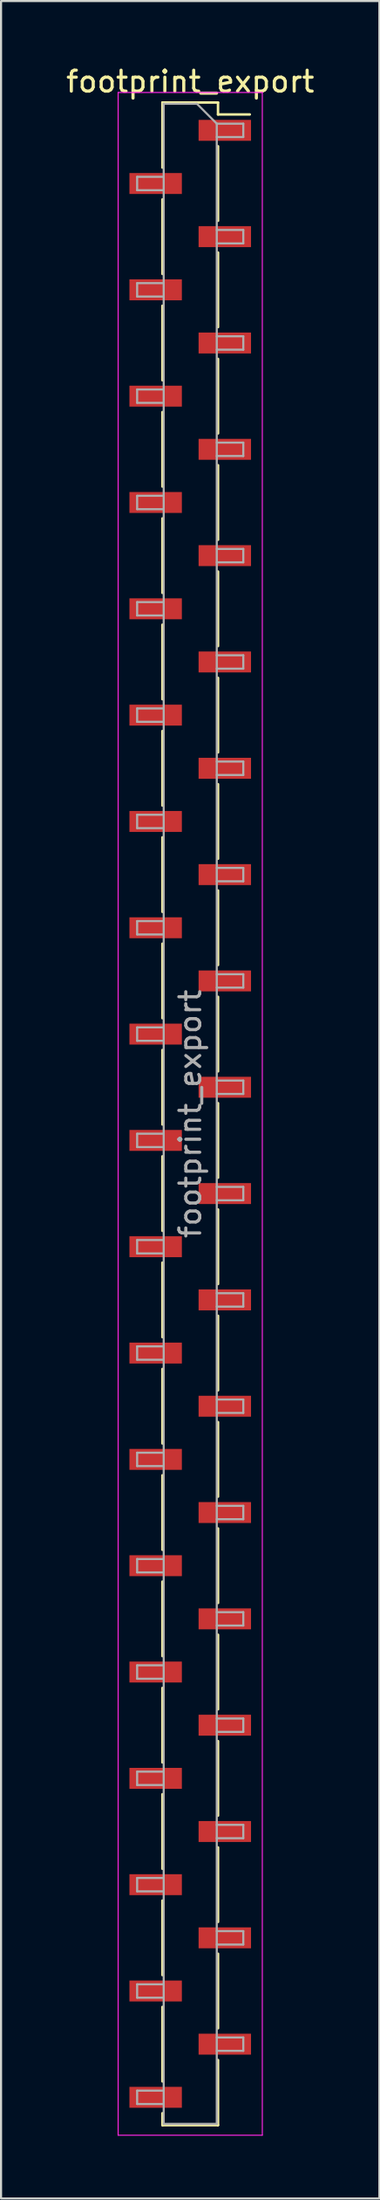
<source format=kicad_pcb>
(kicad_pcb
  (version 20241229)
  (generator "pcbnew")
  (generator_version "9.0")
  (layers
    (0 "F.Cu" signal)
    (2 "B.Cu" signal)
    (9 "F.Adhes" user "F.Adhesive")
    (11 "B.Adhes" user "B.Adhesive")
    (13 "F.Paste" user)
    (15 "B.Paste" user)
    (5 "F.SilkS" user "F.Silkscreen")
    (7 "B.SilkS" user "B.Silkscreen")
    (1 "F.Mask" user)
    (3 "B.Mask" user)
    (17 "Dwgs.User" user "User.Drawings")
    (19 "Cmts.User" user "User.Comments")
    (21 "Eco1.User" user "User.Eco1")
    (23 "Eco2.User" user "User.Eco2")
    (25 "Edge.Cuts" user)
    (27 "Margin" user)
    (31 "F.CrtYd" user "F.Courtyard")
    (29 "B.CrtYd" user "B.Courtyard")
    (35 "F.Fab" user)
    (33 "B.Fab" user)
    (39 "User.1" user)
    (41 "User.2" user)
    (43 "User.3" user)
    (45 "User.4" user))
  (footprint "footprint_export"
    (layer "F.Cu")
    (at 6.054 50.168)
    (property "Reference" "footprint_export" (at 0 -49.32 0) (layer "F.SilkS") (effects (font (size 1 1) (thickness 0.15))))
    (attr smd)
    (fp_line (start -1.33 -48.32) (end -1.33 -45.21) (stroke (width 0.12) (type solid)) (layer "F.SilkS"))
    (fp_line (start -1.33 -48.32) (end 1.33 -48.32) (stroke (width 0.12) (type solid)) (layer "F.SilkS"))
    (fp_line (start -1.33 -43.69) (end -1.33 -40.13) (stroke (width 0.12) (type solid)) (layer "F.SilkS"))
    (fp_line (start -1.33 -38.61) (end -1.33 -35.05) (stroke (width 0.12) (type solid)) (layer "F.SilkS"))
    (fp_line (start -1.33 -33.53) (end -1.33 -29.97) (stroke (width 0.12) (type solid)) (layer "F.SilkS"))
    (fp_line (start -1.33 -28.45) (end -1.33 -24.89) (stroke (width 0.12) (type solid)) (layer "F.SilkS"))
    (fp_line (start -1.33 -23.37) (end -1.33 -19.81) (stroke (width 0.12) (type solid)) (layer "F.SilkS"))
    (fp_line (start -1.33 -18.29) (end -1.33 -14.73) (stroke (width 0.12) (type solid)) (layer "F.SilkS"))
    (fp_line (start -1.33 -13.21) (end -1.33 -9.65) (stroke (width 0.12) (type solid)) (layer "F.SilkS"))
    (fp_line (start -1.33 -8.13) (end -1.33 -4.57) (stroke (width 0.12) (type solid)) (layer "F.SilkS"))
    (fp_line (start -1.33 -3.05) (end -1.33 0.51) (stroke (width 0.12) (type solid)) (layer "F.SilkS"))
    (fp_line (start -1.33 2.03) (end -1.33 5.59) (stroke (width 0.12) (type solid)) (layer "F.SilkS"))
    (fp_line (start -1.33 7.11) (end -1.33 10.67) (stroke (width 0.12) (type solid)) (layer "F.SilkS"))
    (fp_line (start -1.33 12.19) (end -1.33 15.75) (stroke (width 0.12) (type solid)) (layer "F.SilkS"))
    (fp_line (start -1.33 17.27) (end -1.33 20.83) (stroke (width 0.12) (type solid)) (layer "F.SilkS"))
    (fp_line (start -1.33 22.35) (end -1.33 25.91) (stroke (width 0.12) (type solid)) (layer "F.SilkS"))
    (fp_line (start -1.33 27.43) (end -1.33 30.99) (stroke (width 0.12) (type solid)) (layer "F.SilkS"))
    (fp_line (start -1.33 32.51) (end -1.33 36.07) (stroke (width 0.12) (type solid)) (layer "F.SilkS"))
    (fp_line (start -1.33 37.59) (end -1.33 41.15) (stroke (width 0.12) (type solid)) (layer "F.SilkS"))
    (fp_line (start -1.33 42.67) (end -1.33 46.23) (stroke (width 0.12) (type solid)) (layer "F.SilkS"))
    (fp_line (start -1.33 47.75) (end -1.33 48.32) (stroke (width 0.12) (type solid)) (layer "F.SilkS"))
    (fp_line (start -1.33 48.32) (end 1.33 48.32) (stroke (width 0.12) (type solid)) (layer "F.SilkS"))
    (fp_line (start 1.33 -48.32) (end 1.33 -47.75) (stroke (width 0.12) (type solid)) (layer "F.SilkS"))
    (fp_line (start 1.33 -47.75) (end 2.85 -47.75) (stroke (width 0.12) (type solid)) (layer "F.SilkS"))
    (fp_line (start 1.33 -46.23) (end 1.33 -42.67) (stroke (width 0.12) (type solid)) (layer "F.SilkS"))
    (fp_line (start 1.33 -41.15) (end 1.33 -37.59) (stroke (width 0.12) (type solid)) (layer "F.SilkS"))
    (fp_line (start 1.33 -36.07) (end 1.33 -32.51) (stroke (width 0.12) (type solid)) (layer "F.SilkS"))
    (fp_line (start 1.33 -30.99) (end 1.33 -27.43) (stroke (width 0.12) (type solid)) (layer "F.SilkS"))
    (fp_line (start 1.33 -25.91) (end 1.33 -22.35) (stroke (width 0.12) (type solid)) (layer "F.SilkS"))
    (fp_line (start 1.33 -20.83) (end 1.33 -17.27) (stroke (width 0.12) (type solid)) (layer "F.SilkS"))
    (fp_line (start 1.33 -15.75) (end 1.33 -12.19) (stroke (width 0.12) (type solid)) (layer "F.SilkS"))
    (fp_line (start 1.33 -10.67) (end 1.33 -7.11) (stroke (width 0.12) (type solid)) (layer "F.SilkS"))
    (fp_line (start 1.33 -5.59) (end 1.33 -2.03) (stroke (width 0.12) (type solid)) (layer "F.SilkS"))
    (fp_line (start 1.33 -0.51) (end 1.33 3.05) (stroke (width 0.12) (type solid)) (layer "F.SilkS"))
    (fp_line (start 1.33 4.57) (end 1.33 8.13) (stroke (width 0.12) (type solid)) (layer "F.SilkS"))
    (fp_line (start 1.33 9.65) (end 1.33 13.21) (stroke (width 0.12) (type solid)) (layer "F.SilkS"))
    (fp_line (start 1.33 14.73) (end 1.33 18.29) (stroke (width 0.12) (type solid)) (layer "F.SilkS"))
    (fp_line (start 1.33 19.81) (end 1.33 23.37) (stroke (width 0.12) (type solid)) (layer "F.SilkS"))
    (fp_line (start 1.33 24.89) (end 1.33 28.45) (stroke (width 0.12) (type solid)) (layer "F.SilkS"))
    (fp_line (start 1.33 29.97) (end 1.33 33.53) (stroke (width 0.12) (type solid)) (layer "F.SilkS"))
    (fp_line (start 1.33 35.05) (end 1.33 38.61) (stroke (width 0.12) (type solid)) (layer "F.SilkS"))
    (fp_line (start 1.33 40.13) (end 1.33 43.69) (stroke (width 0.12) (type solid)) (layer "F.SilkS"))
    (fp_line (start 1.33 45.21) (end 1.33 48.32) (stroke (width 0.12) (type solid)) (layer "F.SilkS"))
    (fp_line (start -3.45 -48.8) (end -3.45 48.8) (stroke (width 0.05) (type solid)) (layer "F.CrtYd"))
    (fp_line (start -3.45 48.8) (end 3.45 48.8) (stroke (width 0.05) (type solid)) (layer "F.CrtYd"))
    (fp_line (start 3.45 -48.8) (end -3.45 -48.8) (stroke (width 0.05) (type solid)) (layer "F.CrtYd"))
    (fp_line (start 3.45 48.8) (end 3.45 -48.8) (stroke (width 0.05) (type solid)) (layer "F.CrtYd"))
    (fp_line (start -2.54 -44.77) (end -2.54 -44.13) (stroke (width 0.1) (type solid)) (layer "F.Fab"))
    (fp_line (start -2.54 -44.13) (end -1.27 -44.13) (stroke (width 0.1) (type solid)) (layer "F.Fab"))
    (fp_line (start -2.54 -39.69) (end -2.54 -39.05) (stroke (width 0.1) (type solid)) (layer "F.Fab"))
    (fp_line (start -2.54 -39.05) (end -1.27 -39.05) (stroke (width 0.1) (type solid)) (layer "F.Fab"))
    (fp_line (start -2.54 -34.61) (end -2.54 -33.97) (stroke (width 0.1) (type solid)) (layer "F.Fab"))
    (fp_line (start -2.54 -33.97) (end -1.27 -33.97) (stroke (width 0.1) (type solid)) (layer "F.Fab"))
    (fp_line (start -2.54 -29.53) (end -2.54 -28.89) (stroke (width 0.1) (type solid)) (layer "F.Fab"))
    (fp_line (start -2.54 -28.89) (end -1.27 -28.89) (stroke (width 0.1) (type solid)) (layer "F.Fab"))
    (fp_line (start -2.54 -24.45) (end -2.54 -23.81) (stroke (width 0.1) (type solid)) (layer "F.Fab"))
    (fp_line (start -2.54 -23.81) (end -1.27 -23.81) (stroke (width 0.1) (type solid)) (layer "F.Fab"))
    (fp_line (start -2.54 -19.37) (end -2.54 -18.73) (stroke (width 0.1) (type solid)) (layer "F.Fab"))
    (fp_line (start -2.54 -18.73) (end -1.27 -18.73) (stroke (width 0.1) (type solid)) (layer "F.Fab"))
    (fp_line (start -2.54 -14.29) (end -2.54 -13.65) (stroke (width 0.1) (type solid)) (layer "F.Fab"))
    (fp_line (start -2.54 -13.65) (end -1.27 -13.65) (stroke (width 0.1) (type solid)) (layer "F.Fab"))
    (fp_line (start -2.54 -9.21) (end -2.54 -8.57) (stroke (width 0.1) (type solid)) (layer "F.Fab"))
    (fp_line (start -2.54 -8.57) (end -1.27 -8.57) (stroke (width 0.1) (type solid)) (layer "F.Fab"))
    (fp_line (start -2.54 -4.13) (end -2.54 -3.49) (stroke (width 0.1) (type solid)) (layer "F.Fab"))
    (fp_line (start -2.54 -3.49) (end -1.27 -3.49) (stroke (width 0.1) (type solid)) (layer "F.Fab"))
    (fp_line (start -2.54 0.95) (end -2.54 1.59) (stroke (width 0.1) (type solid)) (layer "F.Fab"))
    (fp_line (start -2.54 1.59) (end -1.27 1.59) (stroke (width 0.1) (type solid)) (layer "F.Fab"))
    (fp_line (start -2.54 6.03) (end -2.54 6.67) (stroke (width 0.1) (type solid)) (layer "F.Fab"))
    (fp_line (start -2.54 6.67) (end -1.27 6.67) (stroke (width 0.1) (type solid)) (layer "F.Fab"))
    (fp_line (start -2.54 11.11) (end -2.54 11.75) (stroke (width 0.1) (type solid)) (layer "F.Fab"))
    (fp_line (start -2.54 11.75) (end -1.27 11.75) (stroke (width 0.1) (type solid)) (layer "F.Fab"))
    (fp_line (start -2.54 16.19) (end -2.54 16.83) (stroke (width 0.1) (type solid)) (layer "F.Fab"))
    (fp_line (start -2.54 16.83) (end -1.27 16.83) (stroke (width 0.1) (type solid)) (layer "F.Fab"))
    (fp_line (start -2.54 21.27) (end -2.54 21.91) (stroke (width 0.1) (type solid)) (layer "F.Fab"))
    (fp_line (start -2.54 21.91) (end -1.27 21.91) (stroke (width 0.1) (type solid)) (layer "F.Fab"))
    (fp_line (start -2.54 26.35) (end -2.54 26.99) (stroke (width 0.1) (type solid)) (layer "F.Fab"))
    (fp_line (start -2.54 26.99) (end -1.27 26.99) (stroke (width 0.1) (type solid)) (layer "F.Fab"))
    (fp_line (start -2.54 31.43) (end -2.54 32.07) (stroke (width 0.1) (type solid)) (layer "F.Fab"))
    (fp_line (start -2.54 32.07) (end -1.27 32.07) (stroke (width 0.1) (type solid)) (layer "F.Fab"))
    (fp_line (start -2.54 36.51) (end -2.54 37.15) (stroke (width 0.1) (type solid)) (layer "F.Fab"))
    (fp_line (start -2.54 37.15) (end -1.27 37.15) (stroke (width 0.1) (type solid)) (layer "F.Fab"))
    (fp_line (start -2.54 41.59) (end -2.54 42.23) (stroke (width 0.1) (type solid)) (layer "F.Fab"))
    (fp_line (start -2.54 42.23) (end -1.27 42.23) (stroke (width 0.1) (type solid)) (layer "F.Fab"))
    (fp_line (start -2.54 46.67) (end -2.54 47.31) (stroke (width 0.1) (type solid)) (layer "F.Fab"))
    (fp_line (start -2.54 47.31) (end -1.27 47.31) (stroke (width 0.1) (type solid)) (layer "F.Fab"))
    (fp_line (start -1.27 -48.26) (end -1.27 48.26) (stroke (width 0.1) (type solid)) (layer "F.Fab"))
    (fp_line (start -1.27 -48.26) (end 0.32 -48.26) (stroke (width 0.1) (type solid)) (layer "F.Fab"))
    (fp_line (start -1.27 -44.77) (end -2.54 -44.77) (stroke (width 0.1) (type solid)) (layer "F.Fab"))
    (fp_line (start -1.27 -39.69) (end -2.54 -39.69) (stroke (width 0.1) (type solid)) (layer "F.Fab"))
    (fp_line (start -1.27 -34.61) (end -2.54 -34.61) (stroke (width 0.1) (type solid)) (layer "F.Fab"))
    (fp_line (start -1.27 -29.53) (end -2.54 -29.53) (stroke (width 0.1) (type solid)) (layer "F.Fab"))
    (fp_line (start -1.27 -24.45) (end -2.54 -24.45) (stroke (width 0.1) (type solid)) (layer "F.Fab"))
    (fp_line (start -1.27 -19.37) (end -2.54 -19.37) (stroke (width 0.1) (type solid)) (layer "F.Fab"))
    (fp_line (start -1.27 -14.29) (end -2.54 -14.29) (stroke (width 0.1) (type solid)) (layer "F.Fab"))
    (fp_line (start -1.27 -9.21) (end -2.54 -9.21) (stroke (width 0.1) (type solid)) (layer "F.Fab"))
    (fp_line (start -1.27 -4.13) (end -2.54 -4.13) (stroke (width 0.1) (type solid)) (layer "F.Fab"))
    (fp_line (start -1.27 0.95) (end -2.54 0.95) (stroke (width 0.1) (type solid)) (layer "F.Fab"))
    (fp_line (start -1.27 6.03) (end -2.54 6.03) (stroke (width 0.1) (type solid)) (layer "F.Fab"))
    (fp_line (start -1.27 11.11) (end -2.54 11.11) (stroke (width 0.1) (type solid)) (layer "F.Fab"))
    (fp_line (start -1.27 16.19) (end -2.54 16.19) (stroke (width 0.1) (type solid)) (layer "F.Fab"))
    (fp_line (start -1.27 21.27) (end -2.54 21.27) (stroke (width 0.1) (type solid)) (layer "F.Fab"))
    (fp_line (start -1.27 26.35) (end -2.54 26.35) (stroke (width 0.1) (type solid)) (layer "F.Fab"))
    (fp_line (start -1.27 31.43) (end -2.54 31.43) (stroke (width 0.1) (type solid)) (layer "F.Fab"))
    (fp_line (start -1.27 36.51) (end -2.54 36.51) (stroke (width 0.1) (type solid)) (layer "F.Fab"))
    (fp_line (start -1.27 41.59) (end -2.54 41.59) (stroke (width 0.1) (type solid)) (layer "F.Fab"))
    (fp_line (start -1.27 46.67) (end -2.54 46.67) (stroke (width 0.1) (type solid)) (layer "F.Fab"))
    (fp_line (start 1.27 -47.31) (end 0.32 -48.26) (stroke (width 0.1) (type solid)) (layer "F.Fab"))
    (fp_line (start 1.27 -47.31) (end 2.54 -47.31) (stroke (width 0.1) (type solid)) (layer "F.Fab"))
    (fp_line (start 1.27 -42.23) (end 2.54 -42.23) (stroke (width 0.1) (type solid)) (layer "F.Fab"))
    (fp_line (start 1.27 -37.15) (end 2.54 -37.15) (stroke (width 0.1) (type solid)) (layer "F.Fab"))
    (fp_line (start 1.27 -32.07) (end 2.54 -32.07) (stroke (width 0.1) (type solid)) (layer "F.Fab"))
    (fp_line (start 1.27 -26.99) (end 2.54 -26.99) (stroke (width 0.1) (type solid)) (layer "F.Fab"))
    (fp_line (start 1.27 -21.91) (end 2.54 -21.91) (stroke (width 0.1) (type solid)) (layer "F.Fab"))
    (fp_line (start 1.27 -16.83) (end 2.54 -16.83) (stroke (width 0.1) (type solid)) (layer "F.Fab"))
    (fp_line (start 1.27 -11.75) (end 2.54 -11.75) (stroke (width 0.1) (type solid)) (layer "F.Fab"))
    (fp_line (start 1.27 -6.67) (end 2.54 -6.67) (stroke (width 0.1) (type solid)) (layer "F.Fab"))
    (fp_line (start 1.27 -1.59) (end 2.54 -1.59) (stroke (width 0.1) (type solid)) (layer "F.Fab"))
    (fp_line (start 1.27 3.49) (end 2.54 3.49) (stroke (width 0.1) (type solid)) (layer "F.Fab"))
    (fp_line (start 1.27 8.57) (end 2.54 8.57) (stroke (width 0.1) (type solid)) (layer "F.Fab"))
    (fp_line (start 1.27 13.65) (end 2.54 13.65) (stroke (width 0.1) (type solid)) (layer "F.Fab"))
    (fp_line (start 1.27 18.73) (end 2.54 18.73) (stroke (width 0.1) (type solid)) (layer "F.Fab"))
    (fp_line (start 1.27 23.81) (end 2.54 23.81) (stroke (width 0.1) (type solid)) (layer "F.Fab"))
    (fp_line (start 1.27 28.89) (end 2.54 28.89) (stroke (width 0.1) (type solid)) (layer "F.Fab"))
    (fp_line (start 1.27 33.97) (end 2.54 33.97) (stroke (width 0.1) (type solid)) (layer "F.Fab"))
    (fp_line (start 1.27 39.05) (end 2.54 39.05) (stroke (width 0.1) (type solid)) (layer "F.Fab"))
    (fp_line (start 1.27 44.13) (end 2.54 44.13) (stroke (width 0.1) (type solid)) (layer "F.Fab"))
    (fp_line (start 1.27 48.26) (end -1.27 48.26) (stroke (width 0.1) (type solid)) (layer "F.Fab"))
    (fp_line (start 1.27 48.26) (end 1.27 -47.31) (stroke (width 0.1) (type solid)) (layer "F.Fab"))
    (fp_line (start 2.54 -47.31) (end 2.54 -46.67) (stroke (width 0.1) (type solid)) (layer "F.Fab"))
    (fp_line (start 2.54 -46.67) (end 1.27 -46.67) (stroke (width 0.1) (type solid)) (layer "F.Fab"))
    (fp_line (start 2.54 -42.23) (end 2.54 -41.59) (stroke (width 0.1) (type solid)) (layer "F.Fab"))
    (fp_line (start 2.54 -41.59) (end 1.27 -41.59) (stroke (width 0.1) (type solid)) (layer "F.Fab"))
    (fp_line (start 2.54 -37.15) (end 2.54 -36.51) (stroke (width 0.1) (type solid)) (layer "F.Fab"))
    (fp_line (start 2.54 -36.51) (end 1.27 -36.51) (stroke (width 0.1) (type solid)) (layer "F.Fab"))
    (fp_line (start 2.54 -32.07) (end 2.54 -31.43) (stroke (width 0.1) (type solid)) (layer "F.Fab"))
    (fp_line (start 2.54 -31.43) (end 1.27 -31.43) (stroke (width 0.1) (type solid)) (layer "F.Fab"))
    (fp_line (start 2.54 -26.99) (end 2.54 -26.35) (stroke (width 0.1) (type solid)) (layer "F.Fab"))
    (fp_line (start 2.54 -26.35) (end 1.27 -26.35) (stroke (width 0.1) (type solid)) (layer "F.Fab"))
    (fp_line (start 2.54 -21.91) (end 2.54 -21.27) (stroke (width 0.1) (type solid)) (layer "F.Fab"))
    (fp_line (start 2.54 -21.27) (end 1.27 -21.27) (stroke (width 0.1) (type solid)) (layer "F.Fab"))
    (fp_line (start 2.54 -16.83) (end 2.54 -16.19) (stroke (width 0.1) (type solid)) (layer "F.Fab"))
    (fp_line (start 2.54 -16.19) (end 1.27 -16.19) (stroke (width 0.1) (type solid)) (layer "F.Fab"))
    (fp_line (start 2.54 -11.75) (end 2.54 -11.11) (stroke (width 0.1) (type solid)) (layer "F.Fab"))
    (fp_line (start 2.54 -11.11) (end 1.27 -11.11) (stroke (width 0.1) (type solid)) (layer "F.Fab"))
    (fp_line (start 2.54 -6.67) (end 2.54 -6.03) (stroke (width 0.1) (type solid)) (layer "F.Fab"))
    (fp_line (start 2.54 -6.03) (end 1.27 -6.03) (stroke (width 0.1) (type solid)) (layer "F.Fab"))
    (fp_line (start 2.54 -1.59) (end 2.54 -0.95) (stroke (width 0.1) (type solid)) (layer "F.Fab"))
    (fp_line (start 2.54 -0.95) (end 1.27 -0.95) (stroke (width 0.1) (type solid)) (layer "F.Fab"))
    (fp_line (start 2.54 3.49) (end 2.54 4.13) (stroke (width 0.1) (type solid)) (layer "F.Fab"))
    (fp_line (start 2.54 4.13) (end 1.27 4.13) (stroke (width 0.1) (type solid)) (layer "F.Fab"))
    (fp_line (start 2.54 8.57) (end 2.54 9.21) (stroke (width 0.1) (type solid)) (layer "F.Fab"))
    (fp_line (start 2.54 9.21) (end 1.27 9.21) (stroke (width 0.1) (type solid)) (layer "F.Fab"))
    (fp_line (start 2.54 13.65) (end 2.54 14.29) (stroke (width 0.1) (type solid)) (layer "F.Fab"))
    (fp_line (start 2.54 14.29) (end 1.27 14.29) (stroke (width 0.1) (type solid)) (layer "F.Fab"))
    (fp_line (start 2.54 18.73) (end 2.54 19.37) (stroke (width 0.1) (type solid)) (layer "F.Fab"))
    (fp_line (start 2.54 19.37) (end 1.27 19.37) (stroke (width 0.1) (type solid)) (layer "F.Fab"))
    (fp_line (start 2.54 23.81) (end 2.54 24.45) (stroke (width 0.1) (type solid)) (layer "F.Fab"))
    (fp_line (start 2.54 24.45) (end 1.27 24.45) (stroke (width 0.1) (type solid)) (layer "F.Fab"))
    (fp_line (start 2.54 28.89) (end 2.54 29.53) (stroke (width 0.1) (type solid)) (layer "F.Fab"))
    (fp_line (start 2.54 29.53) (end 1.27 29.53) (stroke (width 0.1) (type solid)) (layer "F.Fab"))
    (fp_line (start 2.54 33.97) (end 2.54 34.61) (stroke (width 0.1) (type solid)) (layer "F.Fab"))
    (fp_line (start 2.54 34.61) (end 1.27 34.61) (stroke (width 0.1) (type solid)) (layer "F.Fab"))
    (fp_line (start 2.54 39.05) (end 2.54 39.69) (stroke (width 0.1) (type solid)) (layer "F.Fab"))
    (fp_line (start 2.54 39.69) (end 1.27 39.69) (stroke (width 0.1) (type solid)) (layer "F.Fab"))
    (fp_line (start 2.54 44.13) (end 2.54 44.77) (stroke (width 0.1) (type solid)) (layer "F.Fab"))
    (fp_line (start 2.54 44.77) (end 1.27 44.77) (stroke (width 0.1) (type solid)) (layer "F.Fab"))
    (fp_text user "${REFERENCE}" (at 0 0 90) (layer "F.Fab") (effects (font (size 1 1) (thickness 0.15))))
    (pad "1" smd rect (at 1.655 -46.99) (size 2.51 1) (layers "F.Cu" "F.Mask" "F.Paste"))
    (pad "2" smd rect (at -1.655 -44.45) (size 2.51 1) (layers "F.Cu" "F.Mask" "F.Paste"))
    (pad "3" smd rect (at 1.655 -41.91) (size 2.51 1) (layers "F.Cu" "F.Mask" "F.Paste"))
    (pad "4" smd rect (at -1.655 -39.37) (size 2.51 1) (layers "F.Cu" "F.Mask" "F.Paste"))
    (pad "5" smd rect (at 1.655 -36.83) (size 2.51 1) (layers "F.Cu" "F.Mask" "F.Paste"))
    (pad "6" smd rect (at -1.655 -34.29) (size 2.51 1) (layers "F.Cu" "F.Mask" "F.Paste"))
    (pad "7" smd rect (at 1.655 -31.75) (size 2.51 1) (layers "F.Cu" "F.Mask" "F.Paste"))
    (pad "8" smd rect (at -1.655 -29.21) (size 2.51 1) (layers "F.Cu" "F.Mask" "F.Paste"))
    (pad "9" smd rect (at 1.655 -26.67) (size 2.51 1) (layers "F.Cu" "F.Mask" "F.Paste"))
    (pad "10" smd rect (at -1.655 -24.13) (size 2.51 1) (layers "F.Cu" "F.Mask" "F.Paste"))
    (pad "11" smd rect (at 1.655 -21.59) (size 2.51 1) (layers "F.Cu" "F.Mask" "F.Paste"))
    (pad "12" smd rect (at -1.655 -19.05) (size 2.51 1) (layers "F.Cu" "F.Mask" "F.Paste"))
    (pad "13" smd rect (at 1.655 -16.51) (size 2.51 1) (layers "F.Cu" "F.Mask" "F.Paste"))
    (pad "14" smd rect (at -1.655 -13.97) (size 2.51 1) (layers "F.Cu" "F.Mask" "F.Paste"))
    (pad "15" smd rect (at 1.655 -11.43) (size 2.51 1) (layers "F.Cu" "F.Mask" "F.Paste"))
    (pad "16" smd rect (at -1.655 -8.89) (size 2.51 1) (layers "F.Cu" "F.Mask" "F.Paste"))
    (pad "17" smd rect (at 1.655 -6.35) (size 2.51 1) (layers "F.Cu" "F.Mask" "F.Paste"))
    (pad "18" smd rect (at -1.655 -3.81) (size 2.51 1) (layers "F.Cu" "F.Mask" "F.Paste"))
    (pad "19" smd rect (at 1.655 -1.27) (size 2.51 1) (layers "F.Cu" "F.Mask" "F.Paste"))
    (pad "20" smd rect (at -1.655 1.27) (size 2.51 1) (layers "F.Cu" "F.Mask" "F.Paste"))
    (pad "21" smd rect (at 1.655 3.81) (size 2.51 1) (layers "F.Cu" "F.Mask" "F.Paste"))
    (pad "22" smd rect (at -1.655 6.35) (size 2.51 1) (layers "F.Cu" "F.Mask" "F.Paste"))
    (pad "23" smd rect (at 1.655 8.89) (size 2.51 1) (layers "F.Cu" "F.Mask" "F.Paste"))
    (pad "24" smd rect (at -1.655 11.43) (size 2.51 1) (layers "F.Cu" "F.Mask" "F.Paste"))
    (pad "25" smd rect (at 1.655 13.97) (size 2.51 1) (layers "F.Cu" "F.Mask" "F.Paste"))
    (pad "26" smd rect (at -1.655 16.51) (size 2.51 1) (layers "F.Cu" "F.Mask" "F.Paste"))
    (pad "27" smd rect (at 1.655 19.05) (size 2.51 1) (layers "F.Cu" "F.Mask" "F.Paste"))
    (pad "28" smd rect (at -1.655 21.59) (size 2.51 1) (layers "F.Cu" "F.Mask" "F.Paste"))
    (pad "29" smd rect (at 1.655 24.13) (size 2.51 1) (layers "F.Cu" "F.Mask" "F.Paste"))
    (pad "30" smd rect (at -1.655 26.67) (size 2.51 1) (layers "F.Cu" "F.Mask" "F.Paste"))
    (pad "31" smd rect (at 1.655 29.21) (size 2.51 1) (layers "F.Cu" "F.Mask" "F.Paste"))
    (pad "32" smd rect (at -1.655 31.75) (size 2.51 1) (layers "F.Cu" "F.Mask" "F.Paste"))
    (pad "33" smd rect (at 1.655 34.29) (size 2.51 1) (layers "F.Cu" "F.Mask" "F.Paste"))
    (pad "34" smd rect (at -1.655 36.83) (size 2.51 1) (layers "F.Cu" "F.Mask" "F.Paste"))
    (pad "35" smd rect (at 1.655 39.37) (size 2.51 1) (layers "F.Cu" "F.Mask" "F.Paste"))
    (pad "36" smd rect (at -1.655 41.91) (size 2.51 1) (layers "F.Cu" "F.Mask" "F.Paste"))
    (pad "37" smd rect (at 1.655 44.45) (size 2.51 1) (layers "F.Cu" "F.Mask" "F.Paste"))
    (pad "38" smd rect (at -1.655 46.99) (size 2.51 1) (layers "F.Cu" "F.Mask" "F.Paste")))
  (gr_rect
    (start -3 -3)
    (end 15.107 101.993)
    (stroke (width 0.1) (type default))
    (fill no)
    (layer "Edge.Cuts")))
</source>
